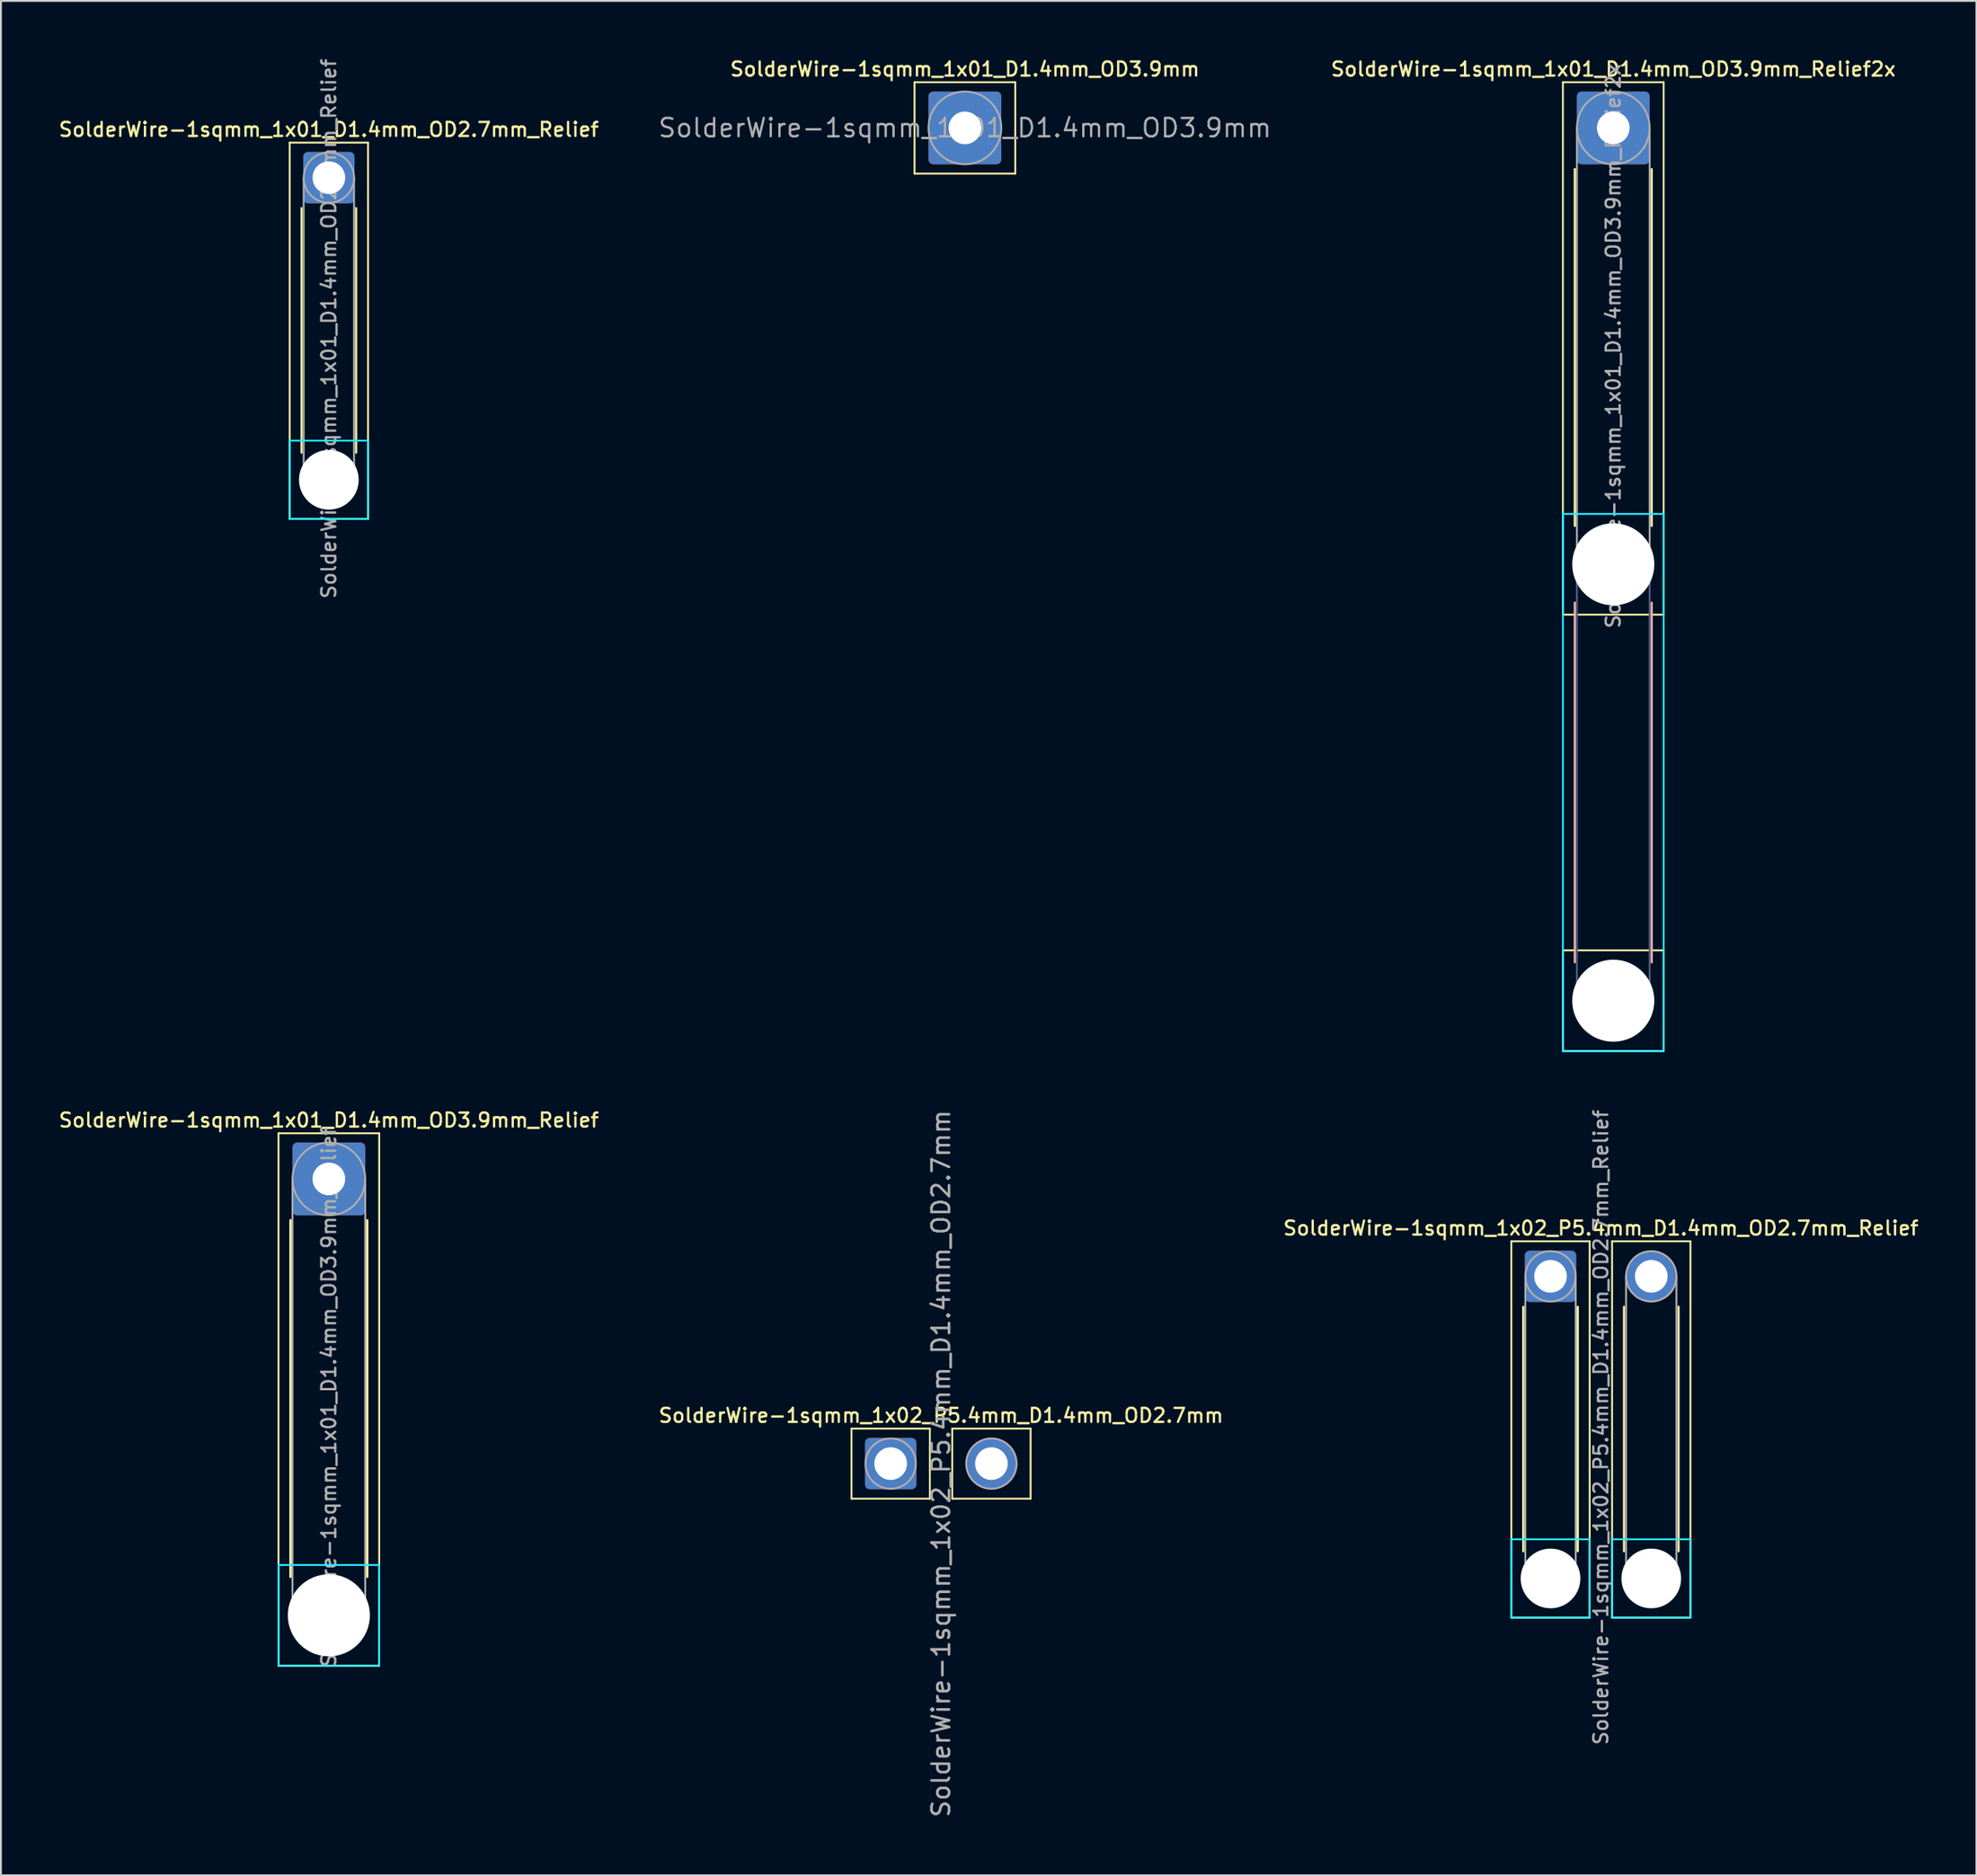
<source format=kicad_pcb>
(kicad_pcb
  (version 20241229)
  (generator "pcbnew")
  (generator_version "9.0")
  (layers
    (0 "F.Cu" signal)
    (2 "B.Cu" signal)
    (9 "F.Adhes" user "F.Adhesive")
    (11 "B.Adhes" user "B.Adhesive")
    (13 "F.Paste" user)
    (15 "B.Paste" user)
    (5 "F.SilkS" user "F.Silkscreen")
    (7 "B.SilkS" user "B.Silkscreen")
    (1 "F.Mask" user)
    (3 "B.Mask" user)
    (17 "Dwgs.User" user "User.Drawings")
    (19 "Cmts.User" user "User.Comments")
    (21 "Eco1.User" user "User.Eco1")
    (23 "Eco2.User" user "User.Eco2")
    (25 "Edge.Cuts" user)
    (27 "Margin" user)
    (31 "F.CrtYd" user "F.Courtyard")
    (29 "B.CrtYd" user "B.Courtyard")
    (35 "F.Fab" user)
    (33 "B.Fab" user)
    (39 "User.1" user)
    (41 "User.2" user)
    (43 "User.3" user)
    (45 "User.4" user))
  (footprint "SolderWire-1sqmm_1x01_D1.4mm_OD3.9mm"
    (layer "F.Cu")
    (at 48.67 3.808)
    (property "Reference" "SolderWire-1sqmm_1x01_D1.4mm_OD3.9mm" (at 0 -3.15 0) (layer "F.SilkS") (effects (font (size 0.75 0.75) (thickness 0.125))))
    (attr exclude_from_pos_files exclude_from_bom)
    (fp_line (start -2.7 -2.45) (end -2.7 2.45) (stroke (width 0.1) (type solid)) (layer "F.SilkS"))
    (fp_line (start -2.7 2.45) (end 2.7 2.45) (stroke (width 0.1) (type solid)) (layer "F.SilkS"))
    (fp_line (start 2.7 -2.45) (end -2.7 -2.45) (stroke (width 0.1) (type solid)) (layer "F.SilkS"))
    (fp_line (start 2.7 2.45) (end 2.7 -2.45) (stroke (width 0.1) (type solid)) (layer "F.SilkS"))
    (fp_circle (center 0 0) (end 1.95 0) (stroke (width 0.1) (type solid)) (fill no) (layer "F.Fab"))
    (fp_text user "${REFERENCE}" (at 0 0 0) (layer "F.Fab") (effects (font (size 0.98 0.98) (thickness 0.125))))
    (pad "1" thru_hole roundrect (at 0 0) (size 3.9 3.9) (drill 1.75) (layers "*.Cu" "*.Mask") (roundrect_rratio 0.064)))
  (footprint "SolderWire-1sqmm_1x02_P5.4mm_D1.4mm_OD2.7mm_Relief"
    (layer "F.Cu")
    (at 80.059 65.388)
    (property "Reference" "SolderWire-1sqmm_1x02_P5.4mm_D1.4mm_OD2.7mm_Relief" (at 2.7 -2.58 0) (layer "F.SilkS") (effects (font (size 0.75 0.75) (thickness 0.125))))
    (attr exclude_from_pos_files exclude_from_bom)
    (fp_line (start -2.1 -1.88) (end -2.1 18.3) (stroke (width 0.1) (type solid)) (layer "F.SilkS"))
    (fp_line (start -2.1 18.3) (end 2.1 18.3) (stroke (width 0.1) (type solid)) (layer "F.SilkS"))
    (fp_line (start -1.46 1.635) (end -1.46 14.74) (stroke (width 0.12) (type solid)) (layer "F.SilkS"))
    (fp_line (start 1.46 1.635) (end 1.46 14.74) (stroke (width 0.12) (type solid)) (layer "F.SilkS"))
    (fp_line (start 2.1 -1.88) (end -2.1 -1.88) (stroke (width 0.1) (type solid)) (layer "F.SilkS"))
    (fp_line (start 2.1 18.3) (end 2.1 -1.88) (stroke (width 0.1) (type solid)) (layer "F.SilkS"))
    (fp_line (start 3.3 -1.88) (end 3.3 18.3) (stroke (width 0.1) (type solid)) (layer "F.SilkS"))
    (fp_line (start 3.3 18.3) (end 7.5 18.3) (stroke (width 0.1) (type solid)) (layer "F.SilkS"))
    (fp_line (start 3.94 1.635) (end 3.94 14.74) (stroke (width 0.12) (type solid)) (layer "F.SilkS"))
    (fp_line (start 6.86 1.635) (end 6.86 14.74) (stroke (width 0.12) (type solid)) (layer "F.SilkS"))
    (fp_line (start 7.5 -1.88) (end 3.3 -1.88) (stroke (width 0.1) (type solid)) (layer "F.SilkS"))
    (fp_line (start 7.5 18.3) (end 7.5 -1.88) (stroke (width 0.1) (type solid)) (layer "F.SilkS"))
    (fp_line (start -2.1 14.1) (end -2.1 18.3) (stroke (width 0.1) (type solid)) (layer "B.CrtYd"))
    (fp_line (start -2.1 18.3) (end 2.1 18.3) (stroke (width 0.1) (type solid)) (layer "B.CrtYd"))
    (fp_line (start 2.1 14.1) (end -2.1 14.1) (stroke (width 0.1) (type solid)) (layer "B.CrtYd"))
    (fp_line (start 2.1 18.3) (end 2.1 14.1) (stroke (width 0.1) (type solid)) (layer "B.CrtYd"))
    (fp_line (start 3.3 14.1) (end 3.3 18.3) (stroke (width 0.1) (type solid)) (layer "B.CrtYd"))
    (fp_line (start 3.3 18.3) (end 7.5 18.3) (stroke (width 0.1) (type solid)) (layer "B.CrtYd"))
    (fp_line (start 7.5 14.1) (end 3.3 14.1) (stroke (width 0.1) (type solid)) (layer "B.CrtYd"))
    (fp_line (start 7.5 18.3) (end 7.5 14.1) (stroke (width 0.1) (type solid)) (layer "B.CrtYd"))
    (fp_line (start -1.35 0) (end -1.35 16.2) (stroke (width 0.1) (type solid)) (layer "F.Fab"))
    (fp_line (start 1.35 0) (end 1.35 16.2) (stroke (width 0.1) (type solid)) (layer "F.Fab"))
    (fp_line (start 4.05 0) (end 4.05 16.2) (stroke (width 0.1) (type solid)) (layer "F.Fab"))
    (fp_line (start 6.75 0) (end 6.75 16.2) (stroke (width 0.1) (type solid)) (layer "F.Fab"))
    (fp_circle (center 0 0) (end 1.35 0) (stroke (width 0.1) (type solid)) (fill no) (layer "F.Fab"))
    (fp_circle (center 0 16.2) (end 1.35 16.2) (stroke (width 0.1) (type solid)) (fill no) (layer "F.Fab"))
    (fp_circle (center 5.4 0) (end 6.75 0) (stroke (width 0.1) (type solid)) (fill no) (layer "F.Fab"))
    (fp_circle (center 5.4 16.2) (end 6.75 16.2) (stroke (width 0.1) (type solid)) (fill no) (layer "F.Fab"))
    (fp_text user "${REFERENCE}" (at 2.7 8.1 90) (layer "F.Fab") (effects (font (size 0.75 0.75) (thickness 0.125))))
    (pad "" np_thru_hole circle (at 0 16.2) (size 3.2 3.2) (drill 3.2) (layers "*.Cu" "*.Mask"))
    (pad "" np_thru_hole circle (at 5.4 16.2) (size 3.2 3.2) (drill 3.2) (layers "*.Cu" "*.Mask"))
    (pad "1" thru_hole roundrect (at 0 0) (size 2.75 2.75) (drill 1.75) (layers "*.Cu" "*.Mask") (roundrect_rratio 0.091))
    (pad "2" thru_hole circle (at 5.4 0) (size 2.75 2.75) (drill 1.75) (layers "*.Cu" "*.Mask")))
  (footprint "SolderWire-1sqmm_1x01_D1.4mm_OD3.9mm_Relief"
    (layer "F.Cu")
    (at 14.577 60.166)
    (property "Reference" "SolderWire-1sqmm_1x01_D1.4mm_OD3.9mm_Relief" (at 0 -3.15 0) (layer "F.SilkS") (effects (font (size 0.75 0.75) (thickness 0.125))))
    (attr exclude_from_pos_files exclude_from_bom)
    (fp_line (start -2.7 -2.45) (end -2.7 26.1) (stroke (width 0.1) (type solid)) (layer "F.SilkS"))
    (fp_line (start -2.7 26.1) (end 2.7 26.1) (stroke (width 0.1) (type solid)) (layer "F.SilkS"))
    (fp_line (start -2.06 2.21) (end -2.06 21.34) (stroke (width 0.12) (type solid)) (layer "F.SilkS"))
    (fp_line (start 2.06 2.21) (end 2.06 21.34) (stroke (width 0.12) (type solid)) (layer "F.SilkS"))
    (fp_line (start 2.7 -2.45) (end -2.7 -2.45) (stroke (width 0.1) (type solid)) (layer "F.SilkS"))
    (fp_line (start 2.7 26.1) (end 2.7 -2.45) (stroke (width 0.1) (type solid)) (layer "F.SilkS"))
    (fp_line (start -2.7 20.7) (end -2.7 26.1) (stroke (width 0.1) (type solid)) (layer "B.CrtYd"))
    (fp_line (start -2.7 26.1) (end 2.7 26.1) (stroke (width 0.1) (type solid)) (layer "B.CrtYd"))
    (fp_line (start 2.7 20.7) (end -2.7 20.7) (stroke (width 0.1) (type solid)) (layer "B.CrtYd"))
    (fp_line (start 2.7 26.1) (end 2.7 20.7) (stroke (width 0.1) (type solid)) (layer "B.CrtYd"))
    (fp_line (start -1.95 0) (end -1.95 23.4) (stroke (width 0.1) (type solid)) (layer "F.Fab"))
    (fp_line (start 1.95 0) (end 1.95 23.4) (stroke (width 0.1) (type solid)) (layer "F.Fab"))
    (fp_circle (center 0 0) (end 1.95 0) (stroke (width 0.1) (type solid)) (fill no) (layer "F.Fab"))
    (fp_circle (center 0 23.4) (end 1.95 23.4) (stroke (width 0.1) (type solid)) (fill no) (layer "F.Fab"))
    (fp_text user "${REFERENCE}" (at 0 11.7 90) (layer "F.Fab") (effects (font (size 0.75 0.75) (thickness 0.125))))
    (pad "" np_thru_hole circle (at 0 23.4) (size 4.4 4.4) (drill 4.4) (layers "*.Cu" "*.Mask"))
    (pad "1" thru_hole roundrect (at 0 0) (size 3.9 3.9) (drill 1.75) (layers "*.Cu" "*.Mask") (roundrect_rratio 0.064)))
  (footprint "SolderWire-1sqmm_1x01_D1.4mm_OD2.7mm_Relief"
    (layer "F.Cu")
    (at 14.577 6.477)
    (property "Reference" "SolderWire-1sqmm_1x01_D1.4mm_OD2.7mm_Relief" (at 0 -2.58 0) (layer "F.SilkS") (effects (font (size 0.75 0.75) (thickness 0.125))))
    (attr exclude_from_pos_files exclude_from_bom)
    (fp_line (start -2.1 -1.88) (end -2.1 18.3) (stroke (width 0.1) (type solid)) (layer "F.SilkS"))
    (fp_line (start -2.1 18.3) (end 2.1 18.3) (stroke (width 0.1) (type solid)) (layer "F.SilkS"))
    (fp_line (start -1.46 1.635) (end -1.46 14.74) (stroke (width 0.12) (type solid)) (layer "F.SilkS"))
    (fp_line (start 1.46 1.635) (end 1.46 14.74) (stroke (width 0.12) (type solid)) (layer "F.SilkS"))
    (fp_line (start 2.1 -1.88) (end -2.1 -1.88) (stroke (width 0.1) (type solid)) (layer "F.SilkS"))
    (fp_line (start 2.1 18.3) (end 2.1 -1.88) (stroke (width 0.1) (type solid)) (layer "F.SilkS"))
    (fp_line (start -2.1 14.1) (end -2.1 18.3) (stroke (width 0.1) (type solid)) (layer "B.CrtYd"))
    (fp_line (start -2.1 18.3) (end 2.1 18.3) (stroke (width 0.1) (type solid)) (layer "B.CrtYd"))
    (fp_line (start 2.1 14.1) (end -2.1 14.1) (stroke (width 0.1) (type solid)) (layer "B.CrtYd"))
    (fp_line (start 2.1 18.3) (end 2.1 14.1) (stroke (width 0.1) (type solid)) (layer "B.CrtYd"))
    (fp_line (start -1.35 0) (end -1.35 16.2) (stroke (width 0.1) (type solid)) (layer "F.Fab"))
    (fp_line (start 1.35 0) (end 1.35 16.2) (stroke (width 0.1) (type solid)) (layer "F.Fab"))
    (fp_circle (center 0 0) (end 1.35 0) (stroke (width 0.1) (type solid)) (fill no) (layer "F.Fab"))
    (fp_circle (center 0 16.2) (end 1.35 16.2) (stroke (width 0.1) (type solid)) (fill no) (layer "F.Fab"))
    (fp_text user "${REFERENCE}" (at 0 8.1 90) (layer "F.Fab") (effects (font (size 0.75 0.75) (thickness 0.125))))
    (pad "" np_thru_hole circle (at 0 16.2) (size 3.2 3.2) (drill 3.2) (layers "*.Cu" "*.Mask"))
    (pad "1" thru_hole roundrect (at 0 0) (size 2.75 2.75) (drill 1.75) (layers "*.Cu" "*.Mask") (roundrect_rratio 0.091)))
  (footprint "SolderWire-1sqmm_1x02_P5.4mm_D1.4mm_OD2.7mm"
    (layer "F.Cu")
    (at 44.691 75.431)
    (property "Reference" "SolderWire-1sqmm_1x02_P5.4mm_D1.4mm_OD2.7mm" (at 2.7 -2.58 0) (layer "F.SilkS") (effects (font (size 0.75 0.75) (thickness 0.125))))
    (attr exclude_from_pos_files exclude_from_bom)
    (fp_line (start -2.1 -1.88) (end -2.1 1.88) (stroke (width 0.1) (type solid)) (layer "F.SilkS"))
    (fp_line (start -2.1 1.88) (end 2.1 1.88) (stroke (width 0.1) (type solid)) (layer "F.SilkS"))
    (fp_line (start 2.1 -1.88) (end -2.1 -1.88) (stroke (width 0.1) (type solid)) (layer "F.SilkS"))
    (fp_line (start 2.1 1.88) (end 2.1 -1.88) (stroke (width 0.1) (type solid)) (layer "F.SilkS"))
    (fp_line (start 3.3 -1.88) (end 3.3 1.88) (stroke (width 0.1) (type solid)) (layer "F.SilkS"))
    (fp_line (start 3.3 1.88) (end 7.5 1.88) (stroke (width 0.1) (type solid)) (layer "F.SilkS"))
    (fp_line (start 7.5 -1.88) (end 3.3 -1.88) (stroke (width 0.1) (type solid)) (layer "F.SilkS"))
    (fp_line (start 7.5 1.88) (end 7.5 -1.88) (stroke (width 0.1) (type solid)) (layer "F.SilkS"))
    (fp_circle (center 0 0) (end 1.35 0) (stroke (width 0.1) (type solid)) (fill no) (layer "F.Fab"))
    (fp_circle (center 5.4 0) (end 6.75 0) (stroke (width 0.1) (type solid)) (fill no) (layer "F.Fab"))
    (fp_text user "${REFERENCE}" (at 2.7 0 90) (layer "F.Fab") (effects (font (size 0.94 0.94) (thickness 0.14))))
    (pad "1" thru_hole roundrect (at 0 0) (size 2.75 2.75) (drill 1.75) (layers "*.Cu" "*.Mask") (roundrect_rratio 0.091))
    (pad "2" thru_hole circle (at 5.4 0) (size 2.75 2.75) (drill 1.75) (layers "*.Cu" "*.Mask")))
  (footprint "SolderWire-1sqmm_1x01_D1.4mm_OD3.9mm_Relief2x"
    (layer "F.Cu")
    (at 83.423 3.808)
    (property "Reference" "SolderWire-1sqmm_1x01_D1.4mm_OD3.9mm_Relief2x" (at 0 -3.15 0) (layer "F.SilkS") (effects (font (size 0.75 0.75) (thickness 0.125))))
    (attr exclude_from_pos_files exclude_from_bom)
    (fp_line (start -2.7 -2.45) (end -2.7 26.1) (stroke (width 0.1) (type solid)) (layer "F.SilkS"))
    (fp_line (start -2.7 26.1) (end 2.7 26.1) (stroke (width 0.1) (type solid)) (layer "F.SilkS"))
    (fp_line (start -2.7 44.1) (end -2.7 49.5) (stroke (width 0.1) (type solid)) (layer "F.SilkS"))
    (fp_line (start -2.7 49.5) (end 2.7 49.5) (stroke (width 0.1) (type solid)) (layer "F.SilkS"))
    (fp_line (start -2.06 2.21) (end -2.06 21.34) (stroke (width 0.12) (type solid)) (layer "F.SilkS"))
    (fp_line (start 2.06 2.21) (end 2.06 21.34) (stroke (width 0.12) (type solid)) (layer "F.SilkS"))
    (fp_line (start 2.7 -2.45) (end -2.7 -2.45) (stroke (width 0.1) (type solid)) (layer "F.SilkS"))
    (fp_line (start 2.7 26.1) (end 2.7 -2.45) (stroke (width 0.1) (type solid)) (layer "F.SilkS"))
    (fp_line (start 2.7 44.1) (end -2.7 44.1) (stroke (width 0.1) (type solid)) (layer "F.SilkS"))
    (fp_line (start 2.7 49.5) (end 2.7 44.1) (stroke (width 0.1) (type solid)) (layer "F.SilkS"))
    (fp_line (start -2.06 25.46) (end -2.06 44.74) (stroke (width 0.12) (type solid)) (layer "B.SilkS"))
    (fp_line (start 2.06 25.46) (end 2.06 44.74) (stroke (width 0.12) (type solid)) (layer "B.SilkS"))
    (fp_line (start -2.7 20.7) (end -2.7 49.5) (stroke (width 0.1) (type solid)) (layer "B.CrtYd"))
    (fp_line (start -2.7 49.5) (end 2.7 49.5) (stroke (width 0.1) (type solid)) (layer "B.CrtYd"))
    (fp_line (start 2.7 20.7) (end -2.7 20.7) (stroke (width 0.1) (type solid)) (layer "B.CrtYd"))
    (fp_line (start 2.7 49.5) (end 2.7 20.7) (stroke (width 0.1) (type solid)) (layer "B.CrtYd"))
    (fp_line (start -1.95 23.4) (end -1.95 46.8) (stroke (width 0.1) (type solid)) (layer "B.Fab"))
    (fp_line (start 1.95 23.4) (end 1.95 46.8) (stroke (width 0.1) (type solid)) (layer "B.Fab"))
    (fp_circle (center 0 23.4) (end 1.95 23.4) (stroke (width 0.1) (type solid)) (fill no) (layer "B.Fab"))
    (fp_circle (center 0 46.8) (end 1.95 46.8) (stroke (width 0.1) (type solid)) (fill no) (layer "B.Fab"))
    (fp_line (start -1.95 0) (end -1.95 23.4) (stroke (width 0.1) (type solid)) (layer "F.Fab"))
    (fp_line (start 1.95 0) (end 1.95 23.4) (stroke (width 0.1) (type solid)) (layer "F.Fab"))
    (fp_circle (center 0 0) (end 1.95 0) (stroke (width 0.1) (type solid)) (fill no) (layer "F.Fab"))
    (fp_circle (center 0 23.4) (end 1.95 23.4) (stroke (width 0.1) (type solid)) (fill no) (layer "F.Fab"))
    (fp_circle (center 0 46.8) (end 1.95 46.8) (stroke (width 0.1) (type solid)) (fill no) (layer "F.Fab"))
    (fp_text user "${REFERENCE}" (at 0 11.7 90) (layer "F.Fab") (effects (font (size 0.75 0.75) (thickness 0.125))))
    (pad "" np_thru_hole circle (at 0 23.4) (size 4.4 4.4) (drill 4.4) (layers "*.Cu" "*.Mask"))
    (pad "" np_thru_hole circle (at 0 46.8) (size 4.4 4.4) (drill 4.4) (layers "*.Cu" "*.Mask"))
    (pad "1" thru_hole roundrect (at 0 0) (size 3.9 3.9) (drill 1.75) (layers "*.Cu" "*.Mask") (roundrect_rratio 0.064)))
  (gr_rect
    (start -3 -3)
    (end 102.889 97.503)
    (stroke (width 0.1) (type default))
    (fill no)
    (layer "Edge.Cuts")))
</source>
